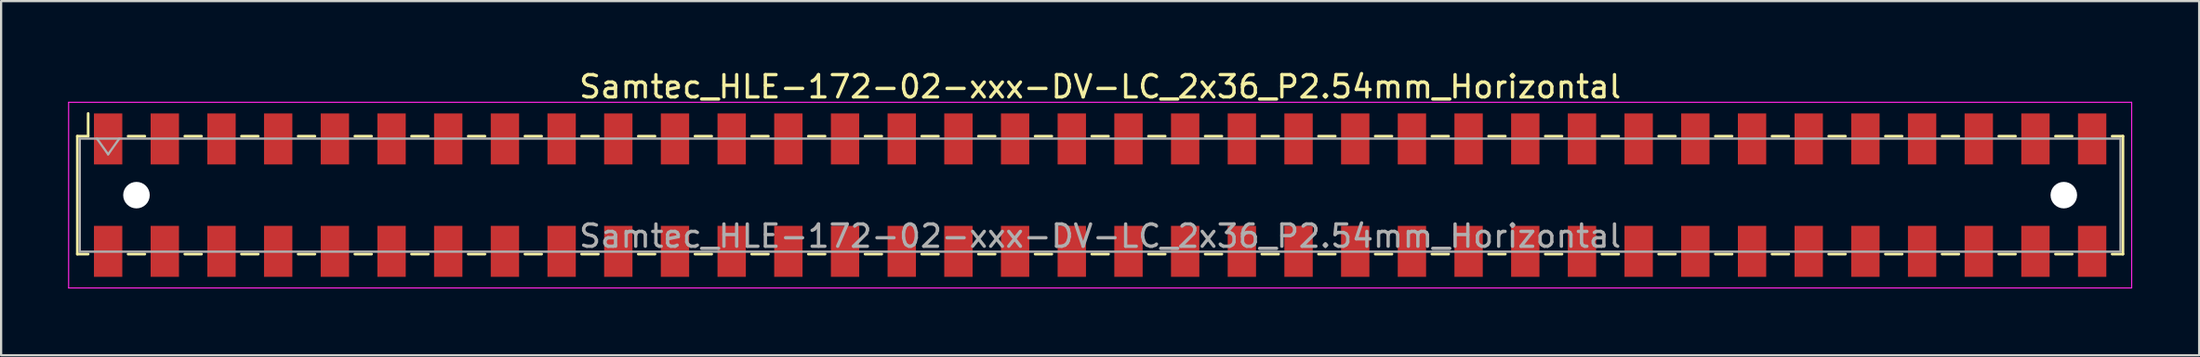
<source format=kicad_pcb>
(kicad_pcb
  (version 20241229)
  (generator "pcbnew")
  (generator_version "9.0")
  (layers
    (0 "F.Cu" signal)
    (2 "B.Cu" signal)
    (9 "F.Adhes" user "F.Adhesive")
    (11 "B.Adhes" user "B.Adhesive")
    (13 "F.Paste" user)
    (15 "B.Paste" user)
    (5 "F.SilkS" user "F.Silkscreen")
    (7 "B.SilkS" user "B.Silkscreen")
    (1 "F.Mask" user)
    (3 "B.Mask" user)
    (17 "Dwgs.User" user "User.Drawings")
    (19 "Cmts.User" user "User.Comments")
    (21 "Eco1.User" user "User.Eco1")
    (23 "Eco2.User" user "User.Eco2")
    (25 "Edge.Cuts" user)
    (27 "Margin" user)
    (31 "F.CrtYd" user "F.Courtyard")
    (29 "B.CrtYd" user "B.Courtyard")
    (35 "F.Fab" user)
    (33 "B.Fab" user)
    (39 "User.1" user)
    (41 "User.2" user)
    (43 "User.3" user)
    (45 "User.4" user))
  (footprint "Samtec_HLE-172-02-xxx-DV-LC_2x36_P2.54mm_Horizontal"
    (layer "F.Cu")
    (at 46.245 5.718)
    (property "Reference" "Samtec_HLE-172-02-xxx-DV-LC_2x36_P2.54mm_Horizontal" (at 0 -4.87 0) (layer "F.SilkS") (effects (font (size 1 1) (thickness 0.15))))
    (attr smd)
    (fp_line (start -45.83 -2.65) (end -45.83 2.65) (stroke (width 0.12) (type solid)) (layer "F.SilkS"))
    (fp_line (start -45.83 2.65) (end -45.345 2.65) (stroke (width 0.12) (type solid)) (layer "F.SilkS"))
    (fp_line (start -45.345 -3.67) (end -45.345 -2.65) (stroke (width 0.12) (type solid)) (layer "F.SilkS"))
    (fp_line (start -45.345 -2.65) (end -45.83 -2.65) (stroke (width 0.12) (type solid)) (layer "F.SilkS"))
    (fp_line (start -43.555 -2.65) (end -42.805 -2.65) (stroke (width 0.12) (type solid)) (layer "F.SilkS"))
    (fp_line (start -43.555 2.65) (end -42.805 2.65) (stroke (width 0.12) (type solid)) (layer "F.SilkS"))
    (fp_line (start -41.015 -2.65) (end -40.265 -2.65) (stroke (width 0.12) (type solid)) (layer "F.SilkS"))
    (fp_line (start -41.015 2.65) (end -40.265 2.65) (stroke (width 0.12) (type solid)) (layer "F.SilkS"))
    (fp_line (start -38.475 -2.65) (end -37.725 -2.65) (stroke (width 0.12) (type solid)) (layer "F.SilkS"))
    (fp_line (start -38.475 2.65) (end -37.725 2.65) (stroke (width 0.12) (type solid)) (layer "F.SilkS"))
    (fp_line (start -35.935 -2.65) (end -35.185 -2.65) (stroke (width 0.12) (type solid)) (layer "F.SilkS"))
    (fp_line (start -35.935 2.65) (end -35.185 2.65) (stroke (width 0.12) (type solid)) (layer "F.SilkS"))
    (fp_line (start -33.395 -2.65) (end -32.645 -2.65) (stroke (width 0.12) (type solid)) (layer "F.SilkS"))
    (fp_line (start -33.395 2.65) (end -32.645 2.65) (stroke (width 0.12) (type solid)) (layer "F.SilkS"))
    (fp_line (start -30.855 -2.65) (end -30.105 -2.65) (stroke (width 0.12) (type solid)) (layer "F.SilkS"))
    (fp_line (start -30.855 2.65) (end -30.105 2.65) (stroke (width 0.12) (type solid)) (layer "F.SilkS"))
    (fp_line (start -28.315 -2.65) (end -27.565 -2.65) (stroke (width 0.12) (type solid)) (layer "F.SilkS"))
    (fp_line (start -28.315 2.65) (end -27.565 2.65) (stroke (width 0.12) (type solid)) (layer "F.SilkS"))
    (fp_line (start -25.775 -2.65) (end -25.025 -2.65) (stroke (width 0.12) (type solid)) (layer "F.SilkS"))
    (fp_line (start -25.775 2.65) (end -25.025 2.65) (stroke (width 0.12) (type solid)) (layer "F.SilkS"))
    (fp_line (start -23.235 -2.65) (end -22.485 -2.65) (stroke (width 0.12) (type solid)) (layer "F.SilkS"))
    (fp_line (start -23.235 2.65) (end -22.485 2.65) (stroke (width 0.12) (type solid)) (layer "F.SilkS"))
    (fp_line (start -20.695 -2.65) (end -19.945 -2.65) (stroke (width 0.12) (type solid)) (layer "F.SilkS"))
    (fp_line (start -20.695 2.65) (end -19.945 2.65) (stroke (width 0.12) (type solid)) (layer "F.SilkS"))
    (fp_line (start -18.155 -2.65) (end -17.405 -2.65) (stroke (width 0.12) (type solid)) (layer "F.SilkS"))
    (fp_line (start -18.155 2.65) (end -17.405 2.65) (stroke (width 0.12) (type solid)) (layer "F.SilkS"))
    (fp_line (start -15.615 -2.65) (end -14.865 -2.65) (stroke (width 0.12) (type solid)) (layer "F.SilkS"))
    (fp_line (start -15.615 2.65) (end -14.865 2.65) (stroke (width 0.12) (type solid)) (layer "F.SilkS"))
    (fp_line (start -13.075 -2.65) (end -12.325 -2.65) (stroke (width 0.12) (type solid)) (layer "F.SilkS"))
    (fp_line (start -13.075 2.65) (end -12.325 2.65) (stroke (width 0.12) (type solid)) (layer "F.SilkS"))
    (fp_line (start -10.535 -2.65) (end -9.785 -2.65) (stroke (width 0.12) (type solid)) (layer "F.SilkS"))
    (fp_line (start -10.535 2.65) (end -9.785 2.65) (stroke (width 0.12) (type solid)) (layer "F.SilkS"))
    (fp_line (start -7.995 -2.65) (end -7.245 -2.65) (stroke (width 0.12) (type solid)) (layer "F.SilkS"))
    (fp_line (start -7.995 2.65) (end -7.245 2.65) (stroke (width 0.12) (type solid)) (layer "F.SilkS"))
    (fp_line (start -5.455 -2.65) (end -4.705 -2.65) (stroke (width 0.12) (type solid)) (layer "F.SilkS"))
    (fp_line (start -5.455 2.65) (end -4.705 2.65) (stroke (width 0.12) (type solid)) (layer "F.SilkS"))
    (fp_line (start -2.915 -2.65) (end -2.165 -2.65) (stroke (width 0.12) (type solid)) (layer "F.SilkS"))
    (fp_line (start -2.915 2.65) (end -2.165 2.65) (stroke (width 0.12) (type solid)) (layer "F.SilkS"))
    (fp_line (start -0.375 -2.65) (end 0.375 -2.65) (stroke (width 0.12) (type solid)) (layer "F.SilkS"))
    (fp_line (start -0.375 2.65) (end 0.375 2.65) (stroke (width 0.12) (type solid)) (layer "F.SilkS"))
    (fp_line (start 2.165 -2.65) (end 2.915 -2.65) (stroke (width 0.12) (type solid)) (layer "F.SilkS"))
    (fp_line (start 2.165 2.65) (end 2.915 2.65) (stroke (width 0.12) (type solid)) (layer "F.SilkS"))
    (fp_line (start 4.705 -2.65) (end 5.455 -2.65) (stroke (width 0.12) (type solid)) (layer "F.SilkS"))
    (fp_line (start 4.705 2.65) (end 5.455 2.65) (stroke (width 0.12) (type solid)) (layer "F.SilkS"))
    (fp_line (start 7.245 -2.65) (end 7.995 -2.65) (stroke (width 0.12) (type solid)) (layer "F.SilkS"))
    (fp_line (start 7.245 2.65) (end 7.995 2.65) (stroke (width 0.12) (type solid)) (layer "F.SilkS"))
    (fp_line (start 9.785 -2.65) (end 10.535 -2.65) (stroke (width 0.12) (type solid)) (layer "F.SilkS"))
    (fp_line (start 9.785 2.65) (end 10.535 2.65) (stroke (width 0.12) (type solid)) (layer "F.SilkS"))
    (fp_line (start 12.325 -2.65) (end 13.075 -2.65) (stroke (width 0.12) (type solid)) (layer "F.SilkS"))
    (fp_line (start 12.325 2.65) (end 13.075 2.65) (stroke (width 0.12) (type solid)) (layer "F.SilkS"))
    (fp_line (start 14.865 -2.65) (end 15.615 -2.65) (stroke (width 0.12) (type solid)) (layer "F.SilkS"))
    (fp_line (start 14.865 2.65) (end 15.615 2.65) (stroke (width 0.12) (type solid)) (layer "F.SilkS"))
    (fp_line (start 17.405 -2.65) (end 18.155 -2.65) (stroke (width 0.12) (type solid)) (layer "F.SilkS"))
    (fp_line (start 17.405 2.65) (end 18.155 2.65) (stroke (width 0.12) (type solid)) (layer "F.SilkS"))
    (fp_line (start 19.945 -2.65) (end 20.695 -2.65) (stroke (width 0.12) (type solid)) (layer "F.SilkS"))
    (fp_line (start 19.945 2.65) (end 20.695 2.65) (stroke (width 0.12) (type solid)) (layer "F.SilkS"))
    (fp_line (start 22.485 -2.65) (end 23.235 -2.65) (stroke (width 0.12) (type solid)) (layer "F.SilkS"))
    (fp_line (start 22.485 2.65) (end 23.235 2.65) (stroke (width 0.12) (type solid)) (layer "F.SilkS"))
    (fp_line (start 25.025 -2.65) (end 25.775 -2.65) (stroke (width 0.12) (type solid)) (layer "F.SilkS"))
    (fp_line (start 25.025 2.65) (end 25.775 2.65) (stroke (width 0.12) (type solid)) (layer "F.SilkS"))
    (fp_line (start 27.565 -2.65) (end 28.315 -2.65) (stroke (width 0.12) (type solid)) (layer "F.SilkS"))
    (fp_line (start 27.565 2.65) (end 28.315 2.65) (stroke (width 0.12) (type solid)) (layer "F.SilkS"))
    (fp_line (start 30.105 -2.65) (end 30.855 -2.65) (stroke (width 0.12) (type solid)) (layer "F.SilkS"))
    (fp_line (start 30.105 2.65) (end 30.855 2.65) (stroke (width 0.12) (type solid)) (layer "F.SilkS"))
    (fp_line (start 32.645 -2.65) (end 33.395 -2.65) (stroke (width 0.12) (type solid)) (layer "F.SilkS"))
    (fp_line (start 32.645 2.65) (end 33.395 2.65) (stroke (width 0.12) (type solid)) (layer "F.SilkS"))
    (fp_line (start 35.185 -2.65) (end 35.935 -2.65) (stroke (width 0.12) (type solid)) (layer "F.SilkS"))
    (fp_line (start 35.185 2.65) (end 35.935 2.65) (stroke (width 0.12) (type solid)) (layer "F.SilkS"))
    (fp_line (start 37.725 -2.65) (end 38.475 -2.65) (stroke (width 0.12) (type solid)) (layer "F.SilkS"))
    (fp_line (start 37.725 2.65) (end 38.475 2.65) (stroke (width 0.12) (type solid)) (layer "F.SilkS"))
    (fp_line (start 40.265 -2.65) (end 41.015 -2.65) (stroke (width 0.12) (type solid)) (layer "F.SilkS"))
    (fp_line (start 40.265 2.65) (end 41.015 2.65) (stroke (width 0.12) (type solid)) (layer "F.SilkS"))
    (fp_line (start 42.805 -2.65) (end 43.555 -2.65) (stroke (width 0.12) (type solid)) (layer "F.SilkS"))
    (fp_line (start 42.805 2.65) (end 43.555 2.65) (stroke (width 0.12) (type solid)) (layer "F.SilkS"))
    (fp_line (start 45.345 -2.65) (end 45.83 -2.65) (stroke (width 0.12) (type solid)) (layer "F.SilkS"))
    (fp_line (start 45.83 -2.65) (end 45.83 2.65) (stroke (width 0.12) (type solid)) (layer "F.SilkS"))
    (fp_line (start 45.83 2.65) (end 45.345 2.65) (stroke (width 0.12) (type solid)) (layer "F.SilkS"))
    (fp_line (start -46.22 -4.17) (end 46.22 -4.17) (stroke (width 0.05) (type solid)) (layer "F.CrtYd"))
    (fp_line (start -46.22 4.17) (end -46.22 -4.17) (stroke (width 0.05) (type solid)) (layer "F.CrtYd"))
    (fp_line (start 46.22 -4.17) (end 46.22 4.17) (stroke (width 0.05) (type solid)) (layer "F.CrtYd"))
    (fp_line (start 46.22 4.17) (end -46.22 4.17) (stroke (width 0.05) (type solid)) (layer "F.CrtYd"))
    (fp_line (start -45.72 -2.54) (end 45.72 -2.54) (stroke (width 0.1) (type solid)) (layer "F.Fab"))
    (fp_line (start -45.72 2.54) (end -45.72 -2.54) (stroke (width 0.1) (type solid)) (layer "F.Fab"))
    (fp_line (start -44.95 -2.54) (end -44.45 -1.833) (stroke (width 0.1) (type solid)) (layer "F.Fab"))
    (fp_line (start -44.45 -1.833) (end -43.95 -2.54) (stroke (width 0.1) (type solid)) (layer "F.Fab"))
    (fp_line (start 45.72 -2.54) (end 45.72 2.54) (stroke (width 0.1) (type solid)) (layer "F.Fab"))
    (fp_line (start 45.72 2.54) (end -45.72 2.54) (stroke (width 0.1) (type solid)) (layer "F.Fab"))
    (fp_text user "${REFERENCE}" (at 0 1.84 0) (layer "F.Fab") (effects (font (size 1 1) (thickness 0.15))))
    (pad "" np_thru_hole circle (at -43.18 0) (size 1.19 1.19) (drill 1.19) (layers "*.Cu" "*.Mask"))
    (pad "" np_thru_hole circle (at 43.18 0) (size 1.19 1.19) (drill 1.19) (layers "*.Cu" "*.Mask"))
    (pad "1" smd rect (at -44.45 -2.525) (size 1.27 2.29) (layers "F.Cu" "F.Mask" "F.Paste"))
    (pad "2" smd rect (at -44.45 2.525) (size 1.27 2.29) (layers "F.Cu" "F.Mask" "F.Paste"))
    (pad "3" smd rect (at -41.91 -2.525) (size 1.27 2.29) (layers "F.Cu" "F.Mask" "F.Paste"))
    (pad "4" smd rect (at -41.91 2.525) (size 1.27 2.29) (layers "F.Cu" "F.Mask" "F.Paste"))
    (pad "5" smd rect (at -39.37 -2.525) (size 1.27 2.29) (layers "F.Cu" "F.Mask" "F.Paste"))
    (pad "6" smd rect (at -39.37 2.525) (size 1.27 2.29) (layers "F.Cu" "F.Mask" "F.Paste"))
    (pad "7" smd rect (at -36.83 -2.525) (size 1.27 2.29) (layers "F.Cu" "F.Mask" "F.Paste"))
    (pad "8" smd rect (at -36.83 2.525) (size 1.27 2.29) (layers "F.Cu" "F.Mask" "F.Paste"))
    (pad "9" smd rect (at -34.29 -2.525) (size 1.27 2.29) (layers "F.Cu" "F.Mask" "F.Paste"))
    (pad "10" smd rect (at -34.29 2.525) (size 1.27 2.29) (layers "F.Cu" "F.Mask" "F.Paste"))
    (pad "11" smd rect (at -31.75 -2.525) (size 1.27 2.29) (layers "F.Cu" "F.Mask" "F.Paste"))
    (pad "12" smd rect (at -31.75 2.525) (size 1.27 2.29) (layers "F.Cu" "F.Mask" "F.Paste"))
    (pad "13" smd rect (at -29.21 -2.525) (size 1.27 2.29) (layers "F.Cu" "F.Mask" "F.Paste"))
    (pad "14" smd rect (at -29.21 2.525) (size 1.27 2.29) (layers "F.Cu" "F.Mask" "F.Paste"))
    (pad "15" smd rect (at -26.67 -2.525) (size 1.27 2.29) (layers "F.Cu" "F.Mask" "F.Paste"))
    (pad "16" smd rect (at -26.67 2.525) (size 1.27 2.29) (layers "F.Cu" "F.Mask" "F.Paste"))
    (pad "17" smd rect (at -24.13 -2.525) (size 1.27 2.29) (layers "F.Cu" "F.Mask" "F.Paste"))
    (pad "18" smd rect (at -24.13 2.525) (size 1.27 2.29) (layers "F.Cu" "F.Mask" "F.Paste"))
    (pad "19" smd rect (at -21.59 -2.525) (size 1.27 2.29) (layers "F.Cu" "F.Mask" "F.Paste"))
    (pad "20" smd rect (at -21.59 2.525) (size 1.27 2.29) (layers "F.Cu" "F.Mask" "F.Paste"))
    (pad "21" smd rect (at -19.05 -2.525) (size 1.27 2.29) (layers "F.Cu" "F.Mask" "F.Paste"))
    (pad "22" smd rect (at -19.05 2.525) (size 1.27 2.29) (layers "F.Cu" "F.Mask" "F.Paste"))
    (pad "23" smd rect (at -16.51 -2.525) (size 1.27 2.29) (layers "F.Cu" "F.Mask" "F.Paste"))
    (pad "24" smd rect (at -16.51 2.525) (size 1.27 2.29) (layers "F.Cu" "F.Mask" "F.Paste"))
    (pad "25" smd rect (at -13.97 -2.525) (size 1.27 2.29) (layers "F.Cu" "F.Mask" "F.Paste"))
    (pad "26" smd rect (at -13.97 2.525) (size 1.27 2.29) (layers "F.Cu" "F.Mask" "F.Paste"))
    (pad "27" smd rect (at -11.43 -2.525) (size 1.27 2.29) (layers "F.Cu" "F.Mask" "F.Paste"))
    (pad "28" smd rect (at -11.43 2.525) (size 1.27 2.29) (layers "F.Cu" "F.Mask" "F.Paste"))
    (pad "29" smd rect (at -8.89 -2.525) (size 1.27 2.29) (layers "F.Cu" "F.Mask" "F.Paste"))
    (pad "30" smd rect (at -8.89 2.525) (size 1.27 2.29) (layers "F.Cu" "F.Mask" "F.Paste"))
    (pad "31" smd rect (at -6.35 -2.525) (size 1.27 2.29) (layers "F.Cu" "F.Mask" "F.Paste"))
    (pad "32" smd rect (at -6.35 2.525) (size 1.27 2.29) (layers "F.Cu" "F.Mask" "F.Paste"))
    (pad "33" smd rect (at -3.81 -2.525) (size 1.27 2.29) (layers "F.Cu" "F.Mask" "F.Paste"))
    (pad "34" smd rect (at -3.81 2.525) (size 1.27 2.29) (layers "F.Cu" "F.Mask" "F.Paste"))
    (pad "35" smd rect (at -1.27 -2.525) (size 1.27 2.29) (layers "F.Cu" "F.Mask" "F.Paste"))
    (pad "36" smd rect (at -1.27 2.525) (size 1.27 2.29) (layers "F.Cu" "F.Mask" "F.Paste"))
    (pad "37" smd rect (at 1.27 -2.525) (size 1.27 2.29) (layers "F.Cu" "F.Mask" "F.Paste"))
    (pad "38" smd rect (at 1.27 2.525) (size 1.27 2.29) (layers "F.Cu" "F.Mask" "F.Paste"))
    (pad "39" smd rect (at 3.81 -2.525) (size 1.27 2.29) (layers "F.Cu" "F.Mask" "F.Paste"))
    (pad "40" smd rect (at 3.81 2.525) (size 1.27 2.29) (layers "F.Cu" "F.Mask" "F.Paste"))
    (pad "41" smd rect (at 6.35 -2.525) (size 1.27 2.29) (layers "F.Cu" "F.Mask" "F.Paste"))
    (pad "42" smd rect (at 6.35 2.525) (size 1.27 2.29) (layers "F.Cu" "F.Mask" "F.Paste"))
    (pad "43" smd rect (at 8.89 -2.525) (size 1.27 2.29) (layers "F.Cu" "F.Mask" "F.Paste"))
    (pad "44" smd rect (at 8.89 2.525) (size 1.27 2.29) (layers "F.Cu" "F.Mask" "F.Paste"))
    (pad "45" smd rect (at 11.43 -2.525) (size 1.27 2.29) (layers "F.Cu" "F.Mask" "F.Paste"))
    (pad "46" smd rect (at 11.43 2.525) (size 1.27 2.29) (layers "F.Cu" "F.Mask" "F.Paste"))
    (pad "47" smd rect (at 13.97 -2.525) (size 1.27 2.29) (layers "F.Cu" "F.Mask" "F.Paste"))
    (pad "48" smd rect (at 13.97 2.525) (size 1.27 2.29) (layers "F.Cu" "F.Mask" "F.Paste"))
    (pad "49" smd rect (at 16.51 -2.525) (size 1.27 2.29) (layers "F.Cu" "F.Mask" "F.Paste"))
    (pad "50" smd rect (at 16.51 2.525) (size 1.27 2.29) (layers "F.Cu" "F.Mask" "F.Paste"))
    (pad "51" smd rect (at 19.05 -2.525) (size 1.27 2.29) (layers "F.Cu" "F.Mask" "F.Paste"))
    (pad "52" smd rect (at 19.05 2.525) (size 1.27 2.29) (layers "F.Cu" "F.Mask" "F.Paste"))
    (pad "53" smd rect (at 21.59 -2.525) (size 1.27 2.29) (layers "F.Cu" "F.Mask" "F.Paste"))
    (pad "54" smd rect (at 21.59 2.525) (size 1.27 2.29) (layers "F.Cu" "F.Mask" "F.Paste"))
    (pad "55" smd rect (at 24.13 -2.525) (size 1.27 2.29) (layers "F.Cu" "F.Mask" "F.Paste"))
    (pad "56" smd rect (at 24.13 2.525) (size 1.27 2.29) (layers "F.Cu" "F.Mask" "F.Paste"))
    (pad "57" smd rect (at 26.67 -2.525) (size 1.27 2.29) (layers "F.Cu" "F.Mask" "F.Paste"))
    (pad "58" smd rect (at 26.67 2.525) (size 1.27 2.29) (layers "F.Cu" "F.Mask" "F.Paste"))
    (pad "59" smd rect (at 29.21 -2.525) (size 1.27 2.29) (layers "F.Cu" "F.Mask" "F.Paste"))
    (pad "60" smd rect (at 29.21 2.525) (size 1.27 2.29) (layers "F.Cu" "F.Mask" "F.Paste"))
    (pad "61" smd rect (at 31.75 -2.525) (size 1.27 2.29) (layers "F.Cu" "F.Mask" "F.Paste"))
    (pad "62" smd rect (at 31.75 2.525) (size 1.27 2.29) (layers "F.Cu" "F.Mask" "F.Paste"))
    (pad "63" smd rect (at 34.29 -2.525) (size 1.27 2.29) (layers "F.Cu" "F.Mask" "F.Paste"))
    (pad "64" smd rect (at 34.29 2.525) (size 1.27 2.29) (layers "F.Cu" "F.Mask" "F.Paste"))
    (pad "65" smd rect (at 36.83 -2.525) (size 1.27 2.29) (layers "F.Cu" "F.Mask" "F.Paste"))
    (pad "66" smd rect (at 36.83 2.525) (size 1.27 2.29) (layers "F.Cu" "F.Mask" "F.Paste"))
    (pad "67" smd rect (at 39.37 -2.525) (size 1.27 2.29) (layers "F.Cu" "F.Mask" "F.Paste"))
    (pad "68" smd rect (at 39.37 2.525) (size 1.27 2.29) (layers "F.Cu" "F.Mask" "F.Paste"))
    (pad "69" smd rect (at 41.91 -2.525) (size 1.27 2.29) (layers "F.Cu" "F.Mask" "F.Paste"))
    (pad "70" smd rect (at 41.91 2.525) (size 1.27 2.29) (layers "F.Cu" "F.Mask" "F.Paste"))
    (pad "71" smd rect (at 44.45 -2.525) (size 1.27 2.29) (layers "F.Cu" "F.Mask" "F.Paste"))
    (pad "72" smd rect (at 44.45 2.525) (size 1.27 2.29) (layers "F.Cu" "F.Mask" "F.Paste")))
  (gr_rect
    (start -3 -3)
    (end 95.49 12.913)
    (stroke (width 0.1) (type default))
    (fill no)
    (layer "Edge.Cuts")))
</source>
